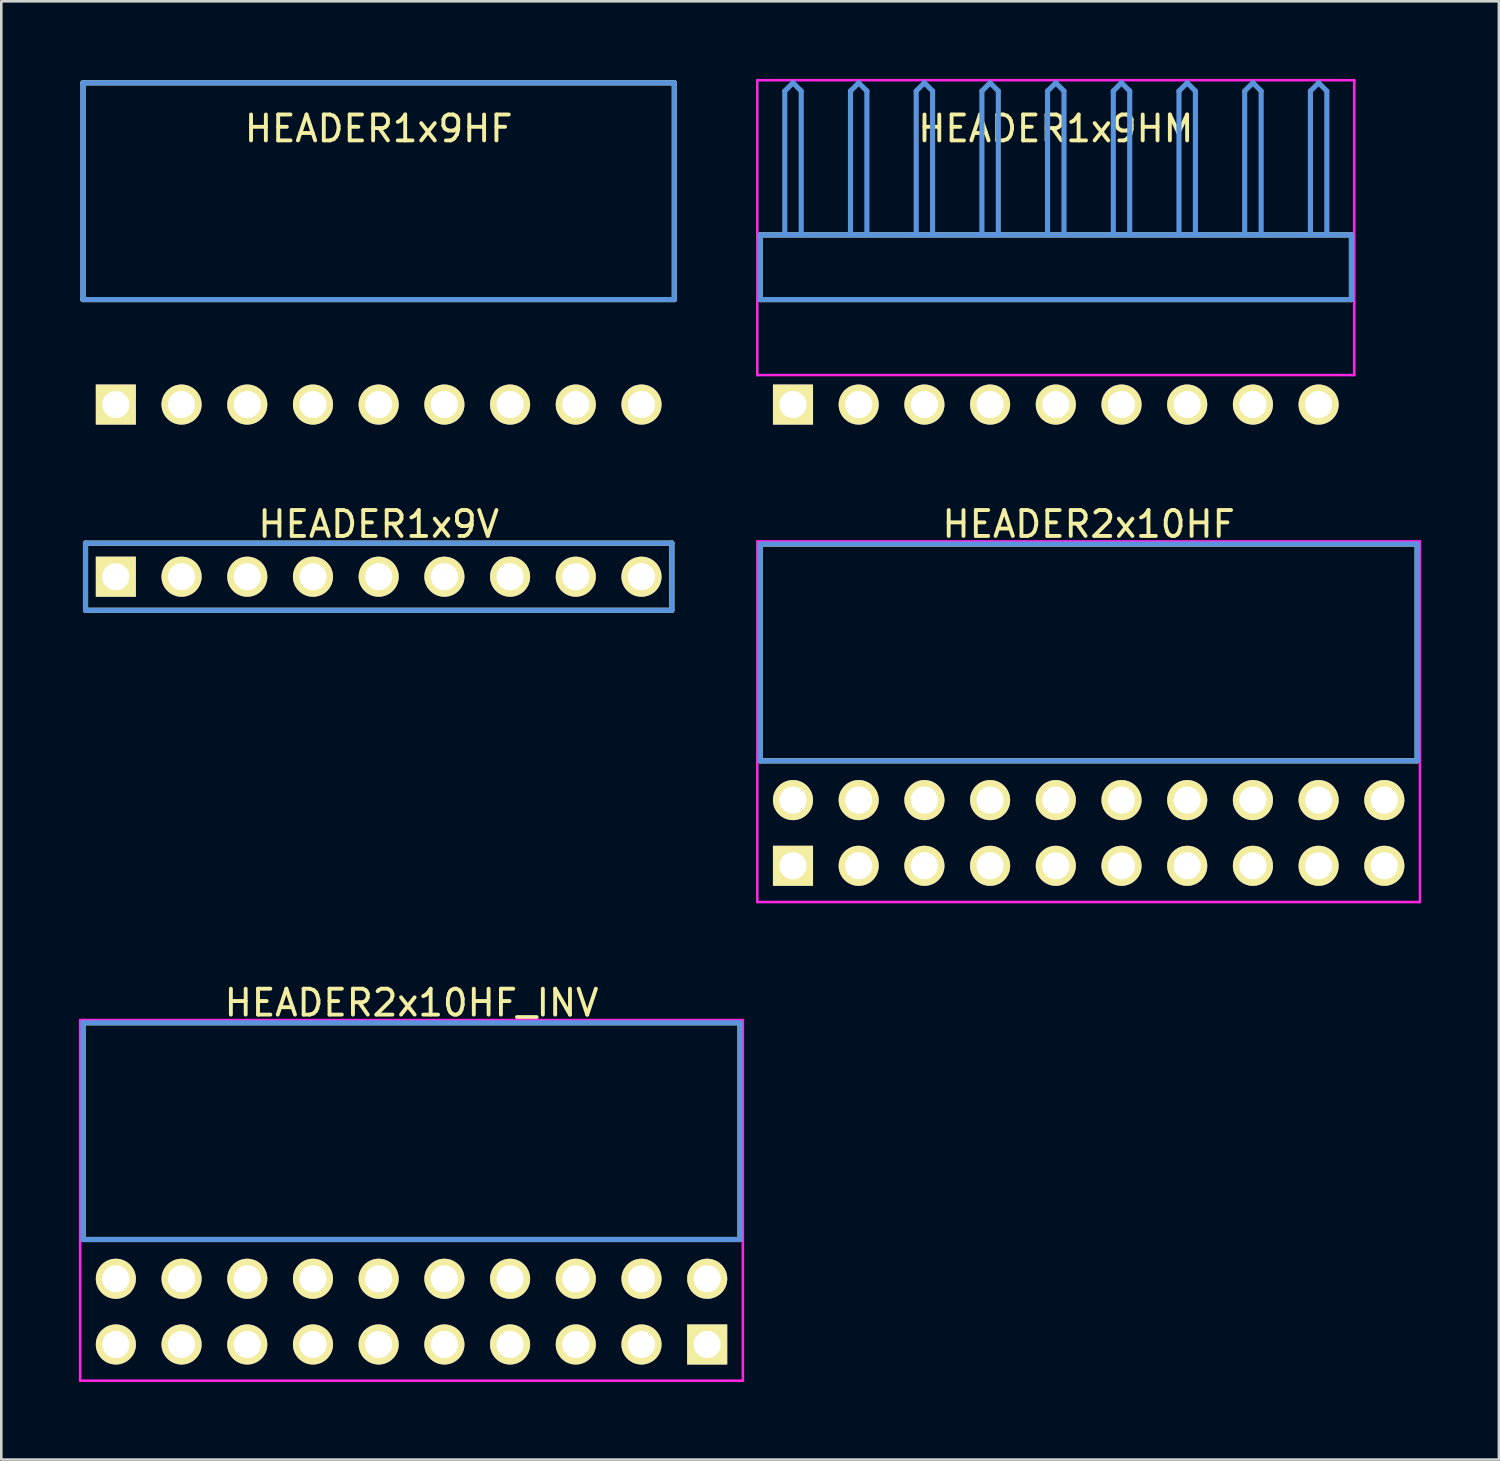
<source format=kicad_pcb>
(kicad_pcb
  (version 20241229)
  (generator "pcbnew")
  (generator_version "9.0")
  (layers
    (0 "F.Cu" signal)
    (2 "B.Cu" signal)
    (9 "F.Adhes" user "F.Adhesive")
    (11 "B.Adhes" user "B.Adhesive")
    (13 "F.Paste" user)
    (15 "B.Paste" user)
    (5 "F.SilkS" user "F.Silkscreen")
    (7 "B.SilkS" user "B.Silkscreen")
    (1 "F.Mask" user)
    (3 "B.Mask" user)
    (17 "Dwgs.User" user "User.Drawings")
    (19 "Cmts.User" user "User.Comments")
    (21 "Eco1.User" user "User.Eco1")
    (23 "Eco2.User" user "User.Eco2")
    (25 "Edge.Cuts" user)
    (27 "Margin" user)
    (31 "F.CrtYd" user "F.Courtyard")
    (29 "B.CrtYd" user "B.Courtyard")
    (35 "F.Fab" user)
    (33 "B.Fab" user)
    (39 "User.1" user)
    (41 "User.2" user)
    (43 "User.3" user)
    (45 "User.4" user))
  (footprint "HEADER1x9HF"
    (layer "F.Cu")
    (at 1.429 12.59)
    (property "Reference" "HEADER1x9HF" (at 10.16 -10.668 0) (layer "F.SilkS") (effects (font (size 1.001 1.001) (thickness 0.15))))
    (attr through_hole)
    (fp_line (start -1.27 -12.438) (end -1.27 -4.059) (stroke (width 0.198) (type solid)) (layer "F.SilkS"))
    (fp_line (start -1.27 -4.059) (end 21.59 -4.059) (stroke (width 0.198) (type solid)) (layer "F.SilkS"))
    (fp_line (start 21.59 -12.438) (end -1.27 -12.438) (stroke (width 0.198) (type solid)) (layer "F.SilkS"))
    (fp_line (start 21.59 -4.059) (end 21.59 -12.438) (stroke (width 0.198) (type solid)) (layer "F.SilkS"))
    (fp_line (start -1.27 -12.438) (end -1.27 -4.059) (stroke (width 0.198) (type solid)) (layer "Cmts.User"))
    (fp_line (start -1.27 -4.059) (end 21.59 -4.059) (stroke (width 0.198) (type solid)) (layer "Cmts.User"))
    (fp_line (start 21.59 -12.438) (end -1.27 -12.438) (stroke (width 0.198) (type solid)) (layer "Cmts.User"))
    (fp_line (start 21.59 -4.059) (end 21.59 -12.438) (stroke (width 0.198) (type solid)) (layer "Cmts.User"))
    (fp_line (start -1.379 -12.54) (end 21.699 -12.54) (stroke (width 0.099) (type solid)) (layer "Eco1.User"))
    (fp_line (start -1.379 -1.14) (end -1.379 -12.54) (stroke (width 0.099) (type solid)) (layer "Eco1.User"))
    (fp_line (start 21.699 -12.54) (end 21.699 -1.14) (stroke (width 0.099) (type solid)) (layer "Eco1.User"))
    (fp_line (start 21.699 -1.14) (end -1.379 -1.14) (stroke (width 0.099) (type solid)) (layer "Eco1.User"))
    (pad "1" thru_hole rect (at 0 0) (size 1.549 1.549) (drill 1.049) (layers "*.Cu" "*.Mask" "F.SilkS"))
    (pad "2" thru_hole circle (at 2.54 0) (size 1.549 1.549) (drill 1.049) (layers "*.Cu" "*.Mask" "F.SilkS"))
    (pad "3" thru_hole circle (at 5.08 0) (size 1.549 1.549) (drill 1.049) (layers "*.Cu" "*.Mask" "F.SilkS"))
    (pad "4" thru_hole circle (at 7.62 0) (size 1.549 1.549) (drill 1.049) (layers "*.Cu" "*.Mask" "F.SilkS"))
    (pad "5" thru_hole circle (at 10.16 0) (size 1.549 1.549) (drill 1.049) (layers "*.Cu" "*.Mask" "F.SilkS"))
    (pad "6" thru_hole circle (at 12.7 0) (size 1.549 1.549) (drill 1.049) (layers "*.Cu" "*.Mask" "F.SilkS"))
    (pad "7" thru_hole circle (at 15.24 0) (size 1.549 1.549) (drill 1.049) (layers "*.Cu" "*.Mask" "F.SilkS"))
    (pad "8" thru_hole circle (at 17.78 0) (size 1.549 1.549) (drill 1.049) (layers "*.Cu" "*.Mask" "F.SilkS"))
    (pad "9" thru_hole circle (at 20.32 0) (size 1.549 1.549) (drill 1.049) (layers "*.Cu" "*.Mask" "F.SilkS")))
  (footprint "HEADER1x9HM"
    (layer "F.Cu")
    (at 27.606 12.59)
    (property "Reference" "HEADER1x9HM" (at 10.16 -10.668 0) (layer "F.SilkS") (effects (font (size 1.001 1.001) (thickness 0.15))))
    (attr through_hole)
    (fp_line (start -1.27 -6.558) (end -1.27 -4.059) (stroke (width 0.198) (type solid)) (layer "F.SilkS"))
    (fp_line (start -1.27 -4.059) (end 21.59 -4.059) (stroke (width 0.198) (type solid)) (layer "F.SilkS"))
    (fp_line (start 21.59 -6.558) (end -1.27 -6.558) (stroke (width 0.198) (type solid)) (layer "F.SilkS"))
    (fp_line (start 21.59 -4.059) (end 21.59 -6.558) (stroke (width 0.198) (type solid)) (layer "F.SilkS"))
    (fp_line (start -1.27 -6.558) (end -1.27 -4.059) (stroke (width 0.198) (type solid)) (layer "Cmts.User"))
    (fp_line (start -1.27 -4.059) (end 21.59 -4.059) (stroke (width 0.198) (type solid)) (layer "Cmts.User"))
    (fp_line (start -0.318 -12.121) (end 0 -12.438) (stroke (width 0.198) (type solid)) (layer "Cmts.User"))
    (fp_line (start -0.318 -6.599) (end -0.318 -12.121) (stroke (width 0.198) (type solid)) (layer "Cmts.User"))
    (fp_line (start 0.318 -12.121) (end 0 -12.438) (stroke (width 0.198) (type solid)) (layer "Cmts.User"))
    (fp_line (start 0.318 -6.599) (end 0.318 -12.121) (stroke (width 0.198) (type solid)) (layer "Cmts.User"))
    (fp_line (start 2.223 -12.121) (end 2.54 -12.438) (stroke (width 0.198) (type solid)) (layer "Cmts.User"))
    (fp_line (start 2.223 -6.599) (end 2.223 -12.121) (stroke (width 0.198) (type solid)) (layer "Cmts.User"))
    (fp_line (start 2.857 -12.121) (end 2.54 -12.438) (stroke (width 0.198) (type solid)) (layer "Cmts.User"))
    (fp_line (start 2.857 -6.599) (end 2.857 -12.121) (stroke (width 0.198) (type solid)) (layer "Cmts.User"))
    (fp_line (start 4.763 -12.121) (end 5.08 -12.438) (stroke (width 0.198) (type solid)) (layer "Cmts.User"))
    (fp_line (start 4.763 -6.599) (end 4.763 -12.121) (stroke (width 0.198) (type solid)) (layer "Cmts.User"))
    (fp_line (start 5.397 -12.121) (end 5.08 -12.438) (stroke (width 0.198) (type solid)) (layer "Cmts.User"))
    (fp_line (start 5.397 -6.599) (end 5.397 -12.121) (stroke (width 0.198) (type solid)) (layer "Cmts.User"))
    (fp_line (start 7.303 -12.121) (end 7.62 -12.438) (stroke (width 0.198) (type solid)) (layer "Cmts.User"))
    (fp_line (start 7.303 -6.599) (end 7.303 -12.121) (stroke (width 0.198) (type solid)) (layer "Cmts.User"))
    (fp_line (start 7.938 -12.121) (end 7.62 -12.438) (stroke (width 0.198) (type solid)) (layer "Cmts.User"))
    (fp_line (start 7.938 -6.599) (end 7.938 -12.121) (stroke (width 0.198) (type solid)) (layer "Cmts.User"))
    (fp_line (start 9.842 -12.121) (end 10.16 -12.438) (stroke (width 0.198) (type solid)) (layer "Cmts.User"))
    (fp_line (start 9.842 -6.599) (end 9.842 -12.121) (stroke (width 0.198) (type solid)) (layer "Cmts.User"))
    (fp_line (start 10.477 -12.121) (end 10.16 -12.438) (stroke (width 0.198) (type solid)) (layer "Cmts.User"))
    (fp_line (start 10.477 -6.599) (end 10.477 -12.121) (stroke (width 0.198) (type solid)) (layer "Cmts.User"))
    (fp_line (start 12.383 -12.121) (end 12.7 -12.438) (stroke (width 0.198) (type solid)) (layer "Cmts.User"))
    (fp_line (start 12.383 -6.599) (end 12.383 -12.121) (stroke (width 0.198) (type solid)) (layer "Cmts.User"))
    (fp_line (start 13.018 -12.121) (end 12.7 -12.438) (stroke (width 0.198) (type solid)) (layer "Cmts.User"))
    (fp_line (start 13.018 -6.599) (end 13.018 -12.121) (stroke (width 0.198) (type solid)) (layer "Cmts.User"))
    (fp_line (start 14.922 -12.121) (end 15.24 -12.438) (stroke (width 0.198) (type solid)) (layer "Cmts.User"))
    (fp_line (start 14.922 -6.599) (end 14.922 -12.121) (stroke (width 0.198) (type solid)) (layer "Cmts.User"))
    (fp_line (start 15.557 -12.121) (end 15.24 -12.438) (stroke (width 0.198) (type solid)) (layer "Cmts.User"))
    (fp_line (start 15.557 -6.599) (end 15.557 -12.121) (stroke (width 0.198) (type solid)) (layer "Cmts.User"))
    (fp_line (start 17.462 -12.121) (end 17.78 -12.438) (stroke (width 0.198) (type solid)) (layer "Cmts.User"))
    (fp_line (start 17.462 -6.599) (end 17.462 -12.121) (stroke (width 0.198) (type solid)) (layer "Cmts.User"))
    (fp_line (start 18.098 -12.121) (end 17.78 -12.438) (stroke (width 0.198) (type solid)) (layer "Cmts.User"))
    (fp_line (start 18.098 -6.599) (end 18.098 -12.121) (stroke (width 0.198) (type solid)) (layer "Cmts.User"))
    (fp_line (start 20.003 -12.121) (end 20.32 -12.438) (stroke (width 0.198) (type solid)) (layer "Cmts.User"))
    (fp_line (start 20.003 -6.599) (end 20.003 -12.121) (stroke (width 0.198) (type solid)) (layer "Cmts.User"))
    (fp_line (start 20.637 -12.121) (end 20.32 -12.438) (stroke (width 0.198) (type solid)) (layer "Cmts.User"))
    (fp_line (start 20.637 -6.599) (end 20.637 -12.121) (stroke (width 0.198) (type solid)) (layer "Cmts.User"))
    (fp_line (start 21.59 -6.558) (end -1.27 -6.558) (stroke (width 0.198) (type solid)) (layer "Cmts.User"))
    (fp_line (start 21.59 -4.059) (end 21.59 -6.558) (stroke (width 0.198) (type solid)) (layer "Cmts.User"))
    (fp_line (start -1.379 -12.54) (end 21.699 -12.54) (stroke (width 0.099) (type solid)) (layer "F.CrtYd"))
    (fp_line (start -1.379 -1.14) (end -1.379 -12.54) (stroke (width 0.099) (type solid)) (layer "F.CrtYd"))
    (fp_line (start 21.699 -12.54) (end 21.699 -1.14) (stroke (width 0.099) (type solid)) (layer "F.CrtYd"))
    (fp_line (start 21.699 -1.14) (end -1.379 -1.14) (stroke (width 0.099) (type solid)) (layer "F.CrtYd"))
    (pad "1" thru_hole rect (at 0 0) (size 1.549 1.549) (drill 1.049) (layers "*.Cu" "*.Mask" "F.SilkS"))
    (pad "2" thru_hole circle (at 2.54 0) (size 1.549 1.549) (drill 1.049) (layers "*.Cu" "*.Mask" "F.SilkS"))
    (pad "3" thru_hole circle (at 5.08 0) (size 1.549 1.549) (drill 1.049) (layers "*.Cu" "*.Mask" "F.SilkS"))
    (pad "4" thru_hole circle (at 7.62 0) (size 1.549 1.549) (drill 1.049) (layers "*.Cu" "*.Mask" "F.SilkS"))
    (pad "5" thru_hole circle (at 10.16 0) (size 1.549 1.549) (drill 1.049) (layers "*.Cu" "*.Mask" "F.SilkS"))
    (pad "6" thru_hole circle (at 12.7 0) (size 1.549 1.549) (drill 1.049) (layers "*.Cu" "*.Mask" "F.SilkS"))
    (pad "7" thru_hole circle (at 15.24 0) (size 1.549 1.549) (drill 1.049) (layers "*.Cu" "*.Mask" "F.SilkS"))
    (pad "8" thru_hole circle (at 17.78 0) (size 1.549 1.549) (drill 1.049) (layers "*.Cu" "*.Mask" "F.SilkS"))
    (pad "9" thru_hole circle (at 20.32 0) (size 1.549 1.549) (drill 1.049) (layers "*.Cu" "*.Mask" "F.SilkS")))
  (footprint "HEADER1x9V"
    (layer "F.Cu")
    (at 1.429 19.245)
    (property "Reference" "HEADER1x9V" (at 10.16 -2.032 0) (layer "F.SilkS") (effects (font (size 1.001 1.001) (thickness 0.15))))
    (attr through_hole)
    (fp_line (start -1.173 -1.298) (end -1.173 1.298) (stroke (width 0.198) (type solid)) (layer "F.SilkS"))
    (fp_line (start -1.173 1.298) (end 21.493 1.298) (stroke (width 0.198) (type solid)) (layer "F.SilkS"))
    (fp_line (start 21.493 -1.298) (end -1.173 -1.298) (stroke (width 0.198) (type solid)) (layer "F.SilkS"))
    (fp_line (start 21.493 1.298) (end 21.493 -1.298) (stroke (width 0.198) (type solid)) (layer "F.SilkS"))
    (fp_line (start -1.173 -1.298) (end -1.173 1.298) (stroke (width 0.198) (type solid)) (layer "Cmts.User"))
    (fp_line (start -1.173 1.298) (end 21.493 1.298) (stroke (width 0.198) (type solid)) (layer "Cmts.User"))
    (fp_line (start 21.493 -1.298) (end -1.173 -1.298) (stroke (width 0.198) (type solid)) (layer "Cmts.User"))
    (fp_line (start 21.493 1.298) (end 21.493 -1.298) (stroke (width 0.198) (type solid)) (layer "Cmts.User"))
    (fp_line (start -1.379 -1.4) (end -1.379 1.4) (stroke (width 0.099) (type solid)) (layer "Eco1.User"))
    (fp_line (start -1.379 1.4) (end 21.699 1.4) (stroke (width 0.099) (type solid)) (layer "Eco1.User"))
    (fp_line (start 21.699 -1.4) (end -1.379 -1.4) (stroke (width 0.099) (type solid)) (layer "Eco1.User"))
    (fp_line (start 21.699 1.4) (end 21.699 -1.4) (stroke (width 0.099) (type solid)) (layer "Eco1.User"))
    (pad "1" thru_hole rect (at 0 0) (size 1.549 1.549) (drill 1.049) (layers "*.Cu" "*.Mask" "F.SilkS"))
    (pad "2" thru_hole circle (at 2.54 0) (size 1.549 1.549) (drill 1.049) (layers "*.Cu" "*.Mask" "F.SilkS"))
    (pad "3" thru_hole circle (at 5.08 0) (size 1.549 1.549) (drill 1.049) (layers "*.Cu" "*.Mask" "F.SilkS"))
    (pad "4" thru_hole circle (at 7.62 0) (size 1.549 1.549) (drill 1.049) (layers "*.Cu" "*.Mask" "F.SilkS"))
    (pad "5" thru_hole circle (at 10.16 0) (size 1.549 1.549) (drill 1.049) (layers "*.Cu" "*.Mask" "F.SilkS"))
    (pad "6" thru_hole circle (at 12.7 0) (size 1.549 1.549) (drill 1.049) (layers "*.Cu" "*.Mask" "F.SilkS"))
    (pad "7" thru_hole circle (at 15.24 0) (size 1.549 1.549) (drill 1.049) (layers "*.Cu" "*.Mask" "F.SilkS"))
    (pad "8" thru_hole circle (at 17.78 0) (size 1.549 1.549) (drill 1.049) (layers "*.Cu" "*.Mask" "F.SilkS"))
    (pad "9" thru_hole circle (at 20.32 0) (size 1.549 1.549) (drill 1.049) (layers "*.Cu" "*.Mask" "F.SilkS")))
  (footprint "HEADER2x10HF_INV"
    (layer "F.Cu")
    (at 1.429 48.926)
    (property "Reference" "HEADER2x10HF_INV" (at 11.43 -13.208 0) (layer "F.SilkS") (effects (font (size 1.001 1.001) (thickness 0.15))))
    (attr through_hole)
    (fp_line (start -1.27 -12.438) (end -1.27 -4.059) (stroke (width 0.198) (type solid)) (layer "F.SilkS"))
    (fp_line (start -1.27 -4.059) (end 24.13 -4.059) (stroke (width 0.198) (type solid)) (layer "F.SilkS"))
    (fp_line (start 24.13 -12.438) (end -1.27 -12.438) (stroke (width 0.198) (type solid)) (layer "F.SilkS"))
    (fp_line (start 24.13 -4.059) (end 24.13 -12.438) (stroke (width 0.198) (type solid)) (layer "F.SilkS"))
    (fp_line (start -1.27 -12.438) (end -1.27 -4.059) (stroke (width 0.198) (type solid)) (layer "Cmts.User"))
    (fp_line (start -1.27 -4.059) (end 24.13 -4.059) (stroke (width 0.198) (type solid)) (layer "Cmts.User"))
    (fp_line (start 24.13 -12.438) (end -1.27 -12.438) (stroke (width 0.198) (type solid)) (layer "Cmts.User"))
    (fp_line (start 24.13 -4.059) (end 24.13 -12.438) (stroke (width 0.198) (type solid)) (layer "Cmts.User"))
    (fp_line (start -1.379 -12.54) (end 24.239 -12.54) (stroke (width 0.099) (type solid)) (layer "F.CrtYd"))
    (fp_line (start -1.379 1.4) (end -1.379 -12.54) (stroke (width 0.099) (type solid)) (layer "F.CrtYd"))
    (fp_line (start 24.239 -12.54) (end 24.239 1.4) (stroke (width 0.099) (type solid)) (layer "F.CrtYd"))
    (fp_line (start 24.239 1.4) (end -1.379 1.4) (stroke (width 0.099) (type solid)) (layer "F.CrtYd"))
    (pad "1" thru_hole rect (at 22.86 0) (size 1.549 1.549) (drill 1.049) (layers "*.Cu" "*.Mask" "F.SilkS"))
    (pad "2" thru_hole circle (at 22.86 -2.54) (size 1.549 1.549) (drill 1.049) (layers "*.Cu" "*.Mask" "F.SilkS"))
    (pad "3" thru_hole circle (at 20.32 0) (size 1.549 1.549) (drill 1.049) (layers "*.Cu" "*.Mask" "F.SilkS"))
    (pad "4" thru_hole circle (at 20.32 -2.54) (size 1.549 1.549) (drill 1.049) (layers "*.Cu" "*.Mask" "F.SilkS"))
    (pad "5" thru_hole circle (at 17.78 0) (size 1.549 1.549) (drill 1.049) (layers "*.Cu" "*.Mask" "F.SilkS"))
    (pad "6" thru_hole circle (at 17.78 -2.54) (size 1.549 1.549) (drill 1.049) (layers "*.Cu" "*.Mask" "F.SilkS"))
    (pad "7" thru_hole circle (at 15.24 0) (size 1.549 1.549) (drill 1.049) (layers "*.Cu" "*.Mask" "F.SilkS"))
    (pad "8" thru_hole circle (at 15.24 -2.54) (size 1.549 1.549) (drill 1.049) (layers "*.Cu" "*.Mask" "F.SilkS"))
    (pad "9" thru_hole circle (at 12.7 0) (size 1.549 1.549) (drill 1.049) (layers "*.Cu" "*.Mask" "F.SilkS"))
    (pad "10" thru_hole circle (at 12.7 -2.54) (size 1.549 1.549) (drill 1.049) (layers "*.Cu" "*.Mask" "F.SilkS"))
    (pad "11" thru_hole circle (at 10.16 0) (size 1.549 1.549) (drill 1.049) (layers "*.Cu" "*.Mask" "F.SilkS"))
    (pad "12" thru_hole circle (at 10.16 -2.54) (size 1.549 1.549) (drill 1.049) (layers "*.Cu" "*.Mask" "F.SilkS"))
    (pad "13" thru_hole circle (at 7.62 0) (size 1.549 1.549) (drill 1.049) (layers "*.Cu" "*.Mask" "F.SilkS"))
    (pad "14" thru_hole circle (at 7.62 -2.54) (size 1.549 1.549) (drill 1.049) (layers "*.Cu" "*.Mask" "F.SilkS"))
    (pad "15" thru_hole circle (at 5.08 0) (size 1.549 1.549) (drill 1.049) (layers "*.Cu" "*.Mask" "F.SilkS"))
    (pad "16" thru_hole circle (at 5.08 -2.54) (size 1.549 1.549) (drill 1.049) (layers "*.Cu" "*.Mask" "F.SilkS"))
    (pad "17" thru_hole circle (at 2.54 0) (size 1.549 1.549) (drill 1.049) (layers "*.Cu" "*.Mask" "F.SilkS"))
    (pad "18" thru_hole circle (at 2.54 -2.54) (size 1.549 1.549) (drill 1.049) (layers "*.Cu" "*.Mask" "F.SilkS"))
    (pad "19" thru_hole circle (at 0 0) (size 1.549 1.549) (drill 1.049) (layers "*.Cu" "*.Mask" "F.SilkS"))
    (pad "20" thru_hole circle (at 0 -2.54) (size 1.549 1.549) (drill 1.049) (layers "*.Cu" "*.Mask" "F.SilkS")))
  (footprint "HEADER2x10HF"
    (layer "F.Cu")
    (at 27.606 30.421)
    (property "Reference" "HEADER2x10HF" (at 11.43 -13.208 0) (layer "F.SilkS") (effects (font (size 1.001 1.001) (thickness 0.15))))
    (attr through_hole)
    (fp_line (start -1.27 -12.438) (end -1.27 -4.059) (stroke (width 0.198) (type solid)) (layer "F.SilkS"))
    (fp_line (start -1.27 -4.059) (end 24.13 -4.059) (stroke (width 0.198) (type solid)) (layer "F.SilkS"))
    (fp_line (start 24.13 -12.438) (end -1.27 -12.438) (stroke (width 0.198) (type solid)) (layer "F.SilkS"))
    (fp_line (start 24.13 -4.059) (end 24.13 -12.438) (stroke (width 0.198) (type solid)) (layer "F.SilkS"))
    (fp_line (start -1.27 -12.438) (end -1.27 -4.059) (stroke (width 0.198) (type solid)) (layer "Cmts.User"))
    (fp_line (start -1.27 -4.059) (end 24.13 -4.059) (stroke (width 0.198) (type solid)) (layer "Cmts.User"))
    (fp_line (start 24.13 -12.438) (end -1.27 -12.438) (stroke (width 0.198) (type solid)) (layer "Cmts.User"))
    (fp_line (start 24.13 -4.059) (end 24.13 -12.438) (stroke (width 0.198) (type solid)) (layer "Cmts.User"))
    (fp_line (start -1.379 -12.54) (end 24.239 -12.54) (stroke (width 0.099) (type solid)) (layer "F.CrtYd"))
    (fp_line (start -1.379 1.4) (end -1.379 -12.54) (stroke (width 0.099) (type solid)) (layer "F.CrtYd"))
    (fp_line (start 24.239 -12.54) (end 24.239 1.4) (stroke (width 0.099) (type solid)) (layer "F.CrtYd"))
    (fp_line (start 24.239 1.4) (end -1.379 1.4) (stroke (width 0.099) (type solid)) (layer "F.CrtYd"))
    (pad "1" thru_hole rect (at 0 0) (size 1.549 1.549) (drill 1.049) (layers "*.Cu" "*.Mask" "F.SilkS"))
    (pad "2" thru_hole circle (at 0 -2.54) (size 1.549 1.549) (drill 1.049) (layers "*.Cu" "*.Mask" "F.SilkS"))
    (pad "3" thru_hole circle (at 2.54 0) (size 1.549 1.549) (drill 1.049) (layers "*.Cu" "*.Mask" "F.SilkS"))
    (pad "4" thru_hole circle (at 2.54 -2.54) (size 1.549 1.549) (drill 1.049) (layers "*.Cu" "*.Mask" "F.SilkS"))
    (pad "5" thru_hole circle (at 5.08 0) (size 1.549 1.549) (drill 1.049) (layers "*.Cu" "*.Mask" "F.SilkS"))
    (pad "6" thru_hole circle (at 5.08 -2.54) (size 1.549 1.549) (drill 1.049) (layers "*.Cu" "*.Mask" "F.SilkS"))
    (pad "7" thru_hole circle (at 7.62 0) (size 1.549 1.549) (drill 1.049) (layers "*.Cu" "*.Mask" "F.SilkS"))
    (pad "8" thru_hole circle (at 7.62 -2.54) (size 1.549 1.549) (drill 1.049) (layers "*.Cu" "*.Mask" "F.SilkS"))
    (pad "9" thru_hole circle (at 10.16 0) (size 1.549 1.549) (drill 1.049) (layers "*.Cu" "*.Mask" "F.SilkS"))
    (pad "10" thru_hole circle (at 10.16 -2.54) (size 1.549 1.549) (drill 1.049) (layers "*.Cu" "*.Mask" "F.SilkS"))
    (pad "11" thru_hole circle (at 12.7 0) (size 1.549 1.549) (drill 1.049) (layers "*.Cu" "*.Mask" "F.SilkS"))
    (pad "12" thru_hole circle (at 12.7 -2.54) (size 1.549 1.549) (drill 1.049) (layers "*.Cu" "*.Mask" "F.SilkS"))
    (pad "13" thru_hole circle (at 15.24 0) (size 1.549 1.549) (drill 1.049) (layers "*.Cu" "*.Mask" "F.SilkS"))
    (pad "14" thru_hole circle (at 15.24 -2.54) (size 1.549 1.549) (drill 1.049) (layers "*.Cu" "*.Mask" "F.SilkS"))
    (pad "15" thru_hole circle (at 17.78 0) (size 1.549 1.549) (drill 1.049) (layers "*.Cu" "*.Mask" "F.SilkS"))
    (pad "16" thru_hole circle (at 17.78 -2.54) (size 1.549 1.549) (drill 1.049) (layers "*.Cu" "*.Mask" "F.SilkS"))
    (pad "17" thru_hole circle (at 20.32 0) (size 1.549 1.549) (drill 1.049) (layers "*.Cu" "*.Mask" "F.SilkS"))
    (pad "18" thru_hole circle (at 20.32 -2.54) (size 1.549 1.549) (drill 1.049) (layers "*.Cu" "*.Mask" "F.SilkS"))
    (pad "19" thru_hole circle (at 22.86 0) (size 1.549 1.549) (drill 1.049) (layers "*.Cu" "*.Mask" "F.SilkS"))
    (pad "20" thru_hole circle (at 22.86 -2.54) (size 1.549 1.549) (drill 1.049) (layers "*.Cu" "*.Mask" "F.SilkS")))
  (gr_rect
    (start -3 -3)
    (end 54.895 53.375)
    (stroke (width 0.1) (type default))
    (fill no)
    (layer "Edge.Cuts")))
</source>
